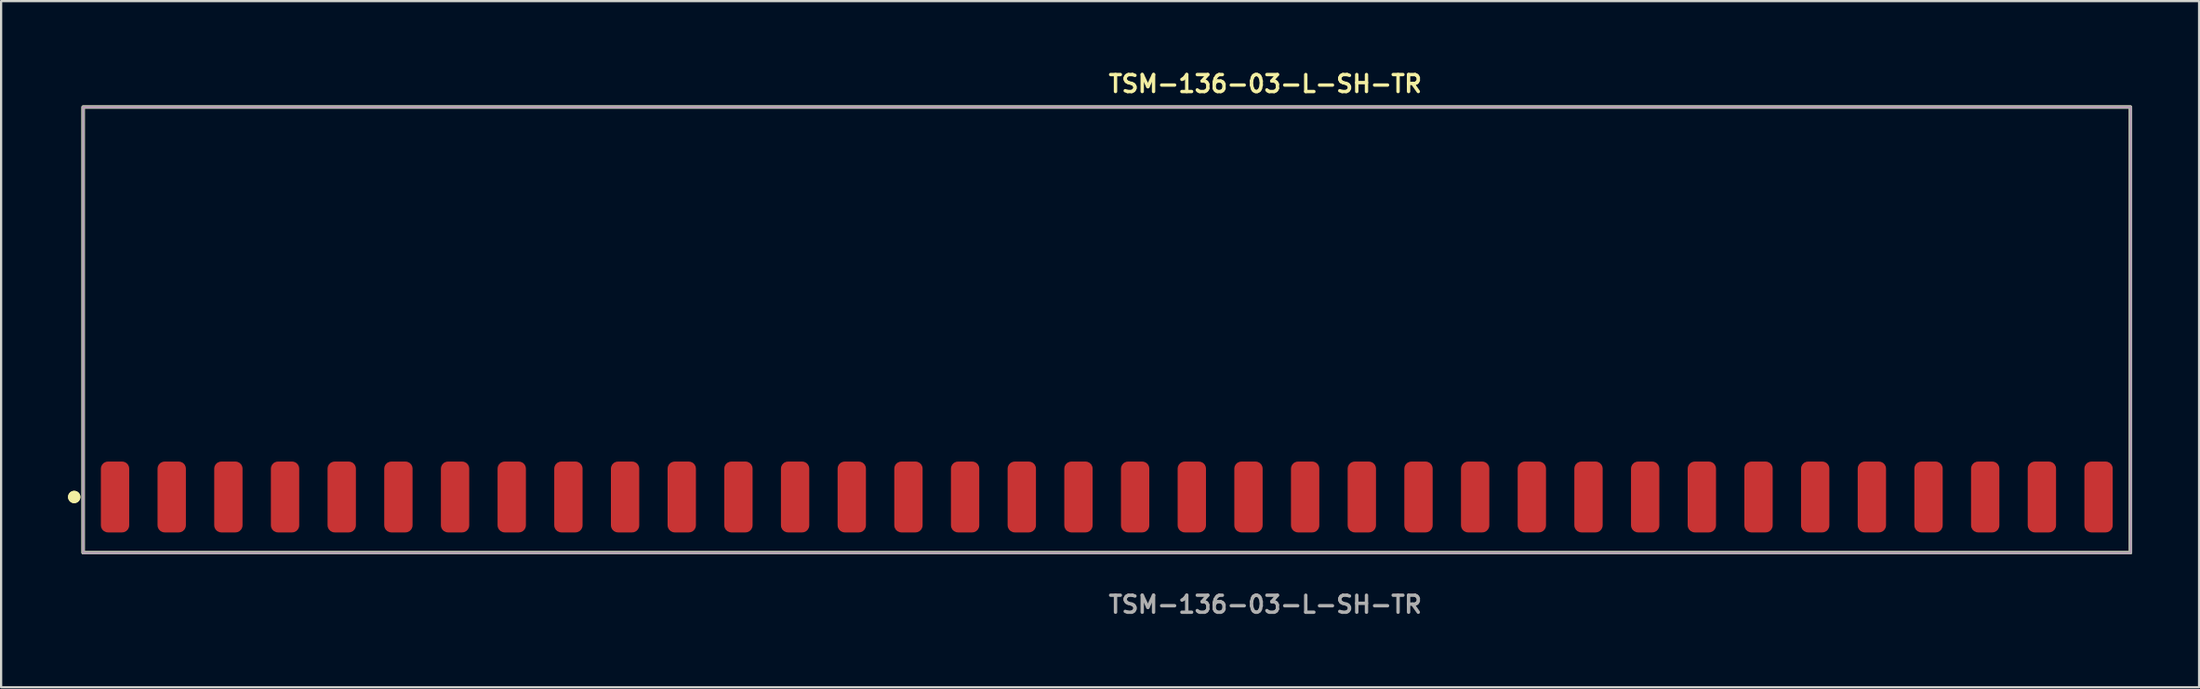
<source format=kicad_pcb>
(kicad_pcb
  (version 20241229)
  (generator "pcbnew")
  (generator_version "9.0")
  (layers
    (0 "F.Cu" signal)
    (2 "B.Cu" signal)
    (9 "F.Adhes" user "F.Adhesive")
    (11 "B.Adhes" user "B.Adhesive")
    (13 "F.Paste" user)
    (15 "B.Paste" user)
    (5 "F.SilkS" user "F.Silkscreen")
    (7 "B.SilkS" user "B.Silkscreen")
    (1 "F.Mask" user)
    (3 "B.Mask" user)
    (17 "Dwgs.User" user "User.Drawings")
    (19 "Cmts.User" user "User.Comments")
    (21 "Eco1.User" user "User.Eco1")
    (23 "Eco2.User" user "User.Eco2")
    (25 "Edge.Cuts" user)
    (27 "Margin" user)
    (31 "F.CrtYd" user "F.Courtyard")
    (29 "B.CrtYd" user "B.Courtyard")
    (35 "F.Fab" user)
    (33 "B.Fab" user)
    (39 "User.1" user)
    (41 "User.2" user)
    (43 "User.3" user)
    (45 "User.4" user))
  (footprint "TSM-136-03-L-SH-TR"
    (layer "F.Cu")
    (at 46.556 19.255)
    (property "Reference" "TSM-136-03-L-SH-TR" (at 0 -18.542 0) (unlocked yes) (layer "F.SilkS") (effects (font (size 0.762 0.762) (thickness 0.152)) (justify left)))
    (fp_rect (start -45.88 2.5) (end 45.88 -17.5) (stroke (width 0.152) (type solid)) (fill no) (layer "F.SilkS"))
    (fp_circle (center -46.28 0) (end -46.48 0) (stroke (width 0.152) (type solid)) (fill yes) (layer "F.SilkS"))
    (fp_circle (center -46.28 0) (end -46.48 0) (stroke (width 0.152) (type solid)) (fill yes) (layer "F.SilkS"))
    (fp_rect (start -45.88 2.5) (end 45.88 -17.5) (stroke (width 0.006) (type solid)) (fill no) (layer "F.CrtYd"))
    (fp_rect (start -45.88 2.5) (end 45.88 -17.5) (stroke (width 0.152) (type solid)) (fill no) (layer "F.Fab"))
    (fp_text user "${REFERENCE}" (at 0 4.826 0) (unlocked yes) (layer "F.Fab") (effects (font (size 0.762 0.762) (thickness 0.152)) (justify left)))
    (pad "1" smd roundrect (at -44.45 0) (size 1.27 3.18) (layers "F.Cu" "F.Paste") (roundrect_rratio 0.25))
    (pad "2" smd roundrect (at -41.91 0) (size 1.27 3.18) (layers "F.Cu" "F.Paste") (roundrect_rratio 0.25))
    (pad "3" smd roundrect (at -39.37 0) (size 1.27 3.18) (layers "F.Cu" "F.Paste") (roundrect_rratio 0.25))
    (pad "4" smd roundrect (at -36.83 0) (size 1.27 3.18) (layers "F.Cu" "F.Paste") (roundrect_rratio 0.25))
    (pad "5" smd roundrect (at -34.29 0) (size 1.27 3.18) (layers "F.Cu" "F.Paste") (roundrect_rratio 0.25))
    (pad "6" smd roundrect (at -31.75 0) (size 1.27 3.18) (layers "F.Cu" "F.Paste") (roundrect_rratio 0.25))
    (pad "7" smd roundrect (at -29.21 0) (size 1.27 3.18) (layers "F.Cu" "F.Paste") (roundrect_rratio 0.25))
    (pad "8" smd roundrect (at -26.67 0) (size 1.27 3.18) (layers "F.Cu" "F.Paste") (roundrect_rratio 0.25))
    (pad "9" smd roundrect (at -24.13 0) (size 1.27 3.18) (layers "F.Cu" "F.Paste") (roundrect_rratio 0.25))
    (pad "10" smd roundrect (at -21.59 0) (size 1.27 3.18) (layers "F.Cu" "F.Paste") (roundrect_rratio 0.25))
    (pad "11" smd roundrect (at -19.05 0) (size 1.27 3.18) (layers "F.Cu" "F.Paste") (roundrect_rratio 0.25))
    (pad "12" smd roundrect (at -16.51 0) (size 1.27 3.18) (layers "F.Cu" "F.Paste") (roundrect_rratio 0.25))
    (pad "13" smd roundrect (at -13.97 0) (size 1.27 3.18) (layers "F.Cu" "F.Paste") (roundrect_rratio 0.25))
    (pad "14" smd roundrect (at -11.43 0) (size 1.27 3.18) (layers "F.Cu" "F.Paste") (roundrect_rratio 0.25))
    (pad "15" smd roundrect (at -8.89 0) (size 1.27 3.18) (layers "F.Cu" "F.Paste") (roundrect_rratio 0.25))
    (pad "16" smd roundrect (at -6.35 0) (size 1.27 3.18) (layers "F.Cu" "F.Paste") (roundrect_rratio 0.25))
    (pad "17" smd roundrect (at -3.81 0) (size 1.27 3.18) (layers "F.Cu" "F.Paste") (roundrect_rratio 0.25))
    (pad "18" smd roundrect (at -1.27 0) (size 1.27 3.18) (layers "F.Cu" "F.Paste") (roundrect_rratio 0.25))
    (pad "19" smd roundrect (at 1.27 0) (size 1.27 3.18) (layers "F.Cu" "F.Paste") (roundrect_rratio 0.25))
    (pad "20" smd roundrect (at 3.81 0) (size 1.27 3.18) (layers "F.Cu" "F.Paste") (roundrect_rratio 0.25))
    (pad "21" smd roundrect (at 6.35 0) (size 1.27 3.18) (layers "F.Cu" "F.Paste") (roundrect_rratio 0.25))
    (pad "22" smd roundrect (at 8.89 0) (size 1.27 3.18) (layers "F.Cu" "F.Paste") (roundrect_rratio 0.25))
    (pad "23" smd roundrect (at 11.43 0) (size 1.27 3.18) (layers "F.Cu" "F.Paste") (roundrect_rratio 0.25))
    (pad "24" smd roundrect (at 13.97 0) (size 1.27 3.18) (layers "F.Cu" "F.Paste") (roundrect_rratio 0.25))
    (pad "25" smd roundrect (at 16.51 0) (size 1.27 3.18) (layers "F.Cu" "F.Paste") (roundrect_rratio 0.25))
    (pad "26" smd roundrect (at 19.05 0) (size 1.27 3.18) (layers "F.Cu" "F.Paste") (roundrect_rratio 0.25))
    (pad "27" smd roundrect (at 21.59 0) (size 1.27 3.18) (layers "F.Cu" "F.Paste") (roundrect_rratio 0.25))
    (pad "28" smd roundrect (at 24.13 0) (size 1.27 3.18) (layers "F.Cu" "F.Paste") (roundrect_rratio 0.25))
    (pad "29" smd roundrect (at 26.67 0) (size 1.27 3.18) (layers "F.Cu" "F.Paste") (roundrect_rratio 0.25))
    (pad "30" smd roundrect (at 29.21 0) (size 1.27 3.18) (layers "F.Cu" "F.Paste") (roundrect_rratio 0.25))
    (pad "31" smd roundrect (at 31.75 0) (size 1.27 3.18) (layers "F.Cu" "F.Paste") (roundrect_rratio 0.25))
    (pad "32" smd roundrect (at 34.29 0) (size 1.27 3.18) (layers "F.Cu" "F.Paste") (roundrect_rratio 0.25))
    (pad "33" smd roundrect (at 36.83 0) (size 1.27 3.18) (layers "F.Cu" "F.Paste") (roundrect_rratio 0.25))
    (pad "34" smd roundrect (at 39.37 0) (size 1.27 3.18) (layers "F.Cu" "F.Paste") (roundrect_rratio 0.25))
    (pad "35" smd roundrect (at 41.91 0) (size 1.27 3.18) (layers "F.Cu" "F.Paste") (roundrect_rratio 0.25))
    (pad "36" smd roundrect (at 44.45 0) (size 1.27 3.18) (layers "F.Cu" "F.Paste") (roundrect_rratio 0.25)))
  (gr_rect
    (start -3 -3)
    (end 95.512 27.794)
    (stroke (width 0.1) (type default))
    (fill no)
    (layer "Edge.Cuts")))
</source>
